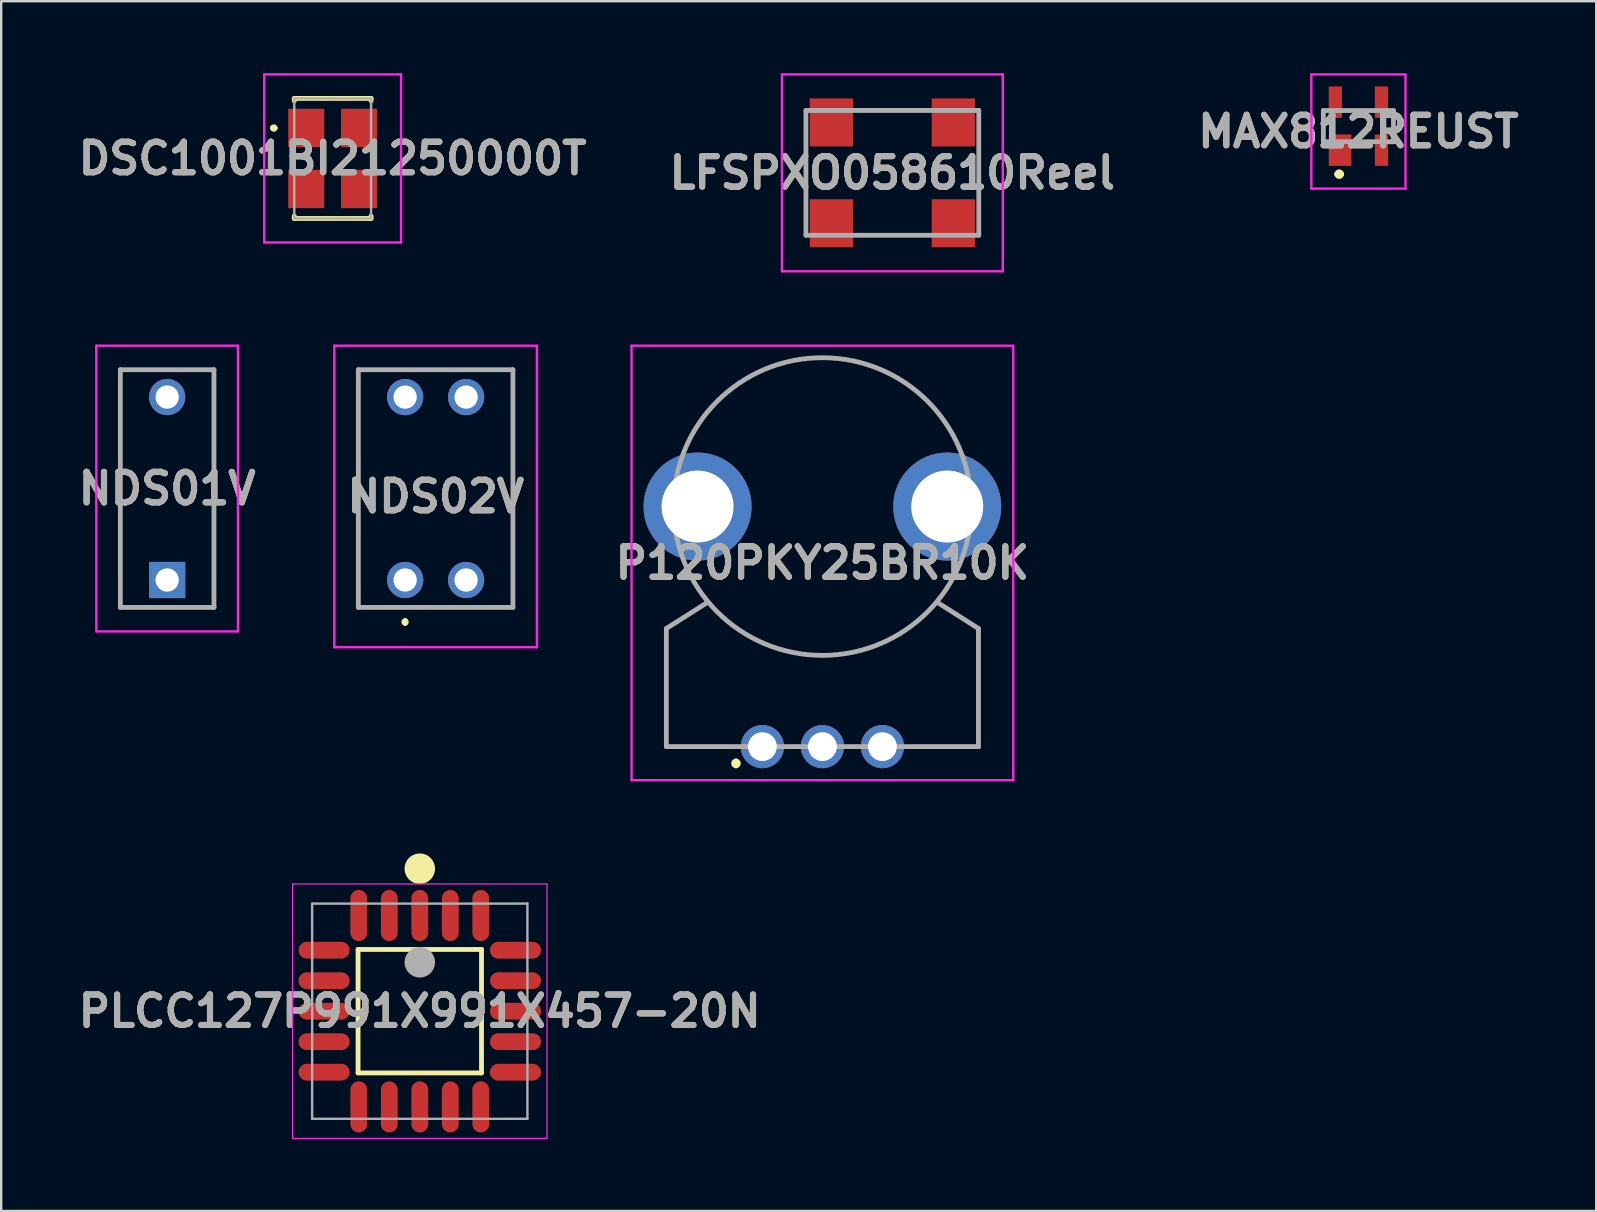
<source format=kicad_pcb>
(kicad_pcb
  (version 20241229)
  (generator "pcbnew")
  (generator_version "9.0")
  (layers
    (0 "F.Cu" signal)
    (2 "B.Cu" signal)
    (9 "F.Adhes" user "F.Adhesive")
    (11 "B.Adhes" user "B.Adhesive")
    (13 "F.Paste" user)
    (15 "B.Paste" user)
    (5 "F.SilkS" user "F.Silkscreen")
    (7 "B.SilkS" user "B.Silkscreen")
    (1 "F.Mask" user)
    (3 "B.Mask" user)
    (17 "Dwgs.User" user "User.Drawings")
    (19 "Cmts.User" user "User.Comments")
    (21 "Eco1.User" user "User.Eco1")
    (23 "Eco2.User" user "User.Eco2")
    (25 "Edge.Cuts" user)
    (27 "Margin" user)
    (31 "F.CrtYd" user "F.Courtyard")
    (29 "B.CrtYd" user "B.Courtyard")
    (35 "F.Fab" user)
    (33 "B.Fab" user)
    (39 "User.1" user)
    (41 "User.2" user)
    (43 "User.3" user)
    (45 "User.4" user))
  (footprint "PLCC127P991X991X457-20N"
    (layer "F.Cu")
    (at 14.436 39.071)
    (property "Reference" "PLCC127P991X991X457-20N" (at 0 0 0) (layer "F.SilkS") (effects (font (size 1.27 1.27) (thickness 0.254))))
    (attr smd)
    (fp_line (start -2.571 -2.571) (end 2.571 -2.571) (stroke (width 0.2) (type solid)) (layer "F.SilkS"))
    (fp_line (start -2.571 2.571) (end -2.571 -2.571) (stroke (width 0.2) (type solid)) (layer "F.SilkS"))
    (fp_line (start 2.571 -2.571) (end 2.571 2.571) (stroke (width 0.2) (type solid)) (layer "F.SilkS"))
    (fp_line (start 2.571 2.571) (end -2.571 2.571) (stroke (width 0.2) (type solid)) (layer "F.SilkS"))
    (fp_circle (center 0 -5.936) (end 0 -5.618) (stroke (width 0.635) (type solid)) (fill no) (layer "F.SilkS"))
    (fp_line (start -5.3 -5.3) (end 5.3 -5.3) (stroke (width 0.05) (type solid)) (layer "F.CrtYd"))
    (fp_line (start -5.3 5.3) (end -5.3 -5.3) (stroke (width 0.05) (type solid)) (layer "F.CrtYd"))
    (fp_line (start 5.3 -5.3) (end 5.3 5.3) (stroke (width 0.05) (type solid)) (layer "F.CrtYd"))
    (fp_line (start 5.3 5.3) (end -5.3 5.3) (stroke (width 0.05) (type solid)) (layer "F.CrtYd"))
    (fp_line (start -4.483 -4.483) (end 4.483 -4.483) (stroke (width 0.1) (type solid)) (layer "F.Fab"))
    (fp_line (start -4.483 4.483) (end -4.483 -4.483) (stroke (width 0.1) (type solid)) (layer "F.Fab"))
    (fp_line (start 4.483 -4.483) (end 4.483 4.483) (stroke (width 0.1) (type solid)) (layer "F.Fab"))
    (fp_line (start 4.483 4.483) (end -4.483 4.483) (stroke (width 0.1) (type solid)) (layer "F.Fab"))
    (fp_circle (center 0 -2.037) (end 0 -1.719) (stroke (width 0.635) (type solid)) (fill no) (layer "F.Fab"))
    (fp_text user "${REFERENCE}" (at 0 0 0) (layer "F.Fab") (effects (font (size 1.27 1.27) (thickness 0.254))))
    (pad "1" smd oval (at 0 -3.986) (size 0.7 2.129) (layers "F.Cu" "F.Mask" "F.Paste"))
    (pad "2" smd oval (at -1.27 -3.986) (size 0.7 2.129) (layers "F.Cu" "F.Mask" "F.Paste"))
    (pad "3" smd oval (at -2.54 -3.986) (size 0.7 2.129) (layers "F.Cu" "F.Mask" "F.Paste"))
    (pad "4" smd oval (at -3.986 -2.54 90) (size 0.7 2.129) (layers "F.Cu" "F.Mask" "F.Paste"))
    (pad "5" smd oval (at -3.986 -1.27 90) (size 0.7 2.129) (layers "F.Cu" "F.Mask" "F.Paste"))
    (pad "6" smd oval (at -3.986 0 90) (size 0.7 2.129) (layers "F.Cu" "F.Mask" "F.Paste"))
    (pad "7" smd oval (at -3.986 1.27 90) (size 0.7 2.129) (layers "F.Cu" "F.Mask" "F.Paste"))
    (pad "8" smd oval (at -3.986 2.54 90) (size 0.7 2.129) (layers "F.Cu" "F.Mask" "F.Paste"))
    (pad "9" smd oval (at -2.54 3.986) (size 0.7 2.129) (layers "F.Cu" "F.Mask" "F.Paste"))
    (pad "10" smd oval (at -1.27 3.986) (size 0.7 2.129) (layers "F.Cu" "F.Mask" "F.Paste"))
    (pad "11" smd oval (at 0 3.986) (size 0.7 2.129) (layers "F.Cu" "F.Mask" "F.Paste"))
    (pad "12" smd oval (at 1.27 3.986) (size 0.7 2.129) (layers "F.Cu" "F.Mask" "F.Paste"))
    (pad "13" smd oval (at 2.54 3.986) (size 0.7 2.129) (layers "F.Cu" "F.Mask" "F.Paste"))
    (pad "14" smd oval (at 3.986 2.54 90) (size 0.7 2.129) (layers "F.Cu" "F.Mask" "F.Paste"))
    (pad "15" smd oval (at 3.986 1.27 90) (size 0.7 2.129) (layers "F.Cu" "F.Mask" "F.Paste"))
    (pad "16" smd oval (at 3.986 0 90) (size 0.7 2.129) (layers "F.Cu" "F.Mask" "F.Paste"))
    (pad "17" smd oval (at 3.986 -1.27 90) (size 0.7 2.129) (layers "F.Cu" "F.Mask" "F.Paste"))
    (pad "18" smd oval (at 3.986 -2.54 90) (size 0.7 2.129) (layers "F.Cu" "F.Mask" "F.Paste"))
    (pad "19" smd oval (at 2.54 -3.986) (size 0.7 2.129) (layers "F.Cu" "F.Mask" "F.Paste"))
    (pad "20" smd oval (at 1.27 -3.986) (size 0.7 2.129) (layers "F.Cu" "F.Mask" "F.Paste")))
  (footprint "NDS02V"
    (layer "F.Cu")
    (at 13.826 21.11)
    (property "Reference" "NDS02V" (at 1.27 -3.48 0) (layer "F.SilkS") (effects (font (size 1.27 1.27) (thickness 0.254))))
    (attr through_hole)
    (fp_line (start -1.95 -8.76) (end -1.95 -8.76) (stroke (width 0.1) (type solid)) (layer "F.SilkS"))
    (fp_line (start -1.95 -8.76) (end -1.95 -8.76) (stroke (width 0.1) (type solid)) (layer "F.SilkS"))
    (fp_line (start -1.95 -8.76) (end -1.95 1.14) (stroke (width 0.1) (type solid)) (layer "F.SilkS"))
    (fp_line (start -1.95 -8.76) (end -1.48 -8.76) (stroke (width 0.1) (type solid)) (layer "F.SilkS"))
    (fp_line (start -1.95 1.14) (end -1.95 -8.76) (stroke (width 0.1) (type solid)) (layer "F.SilkS"))
    (fp_line (start -1.95 1.14) (end -1.95 1.14) (stroke (width 0.1) (type solid)) (layer "F.SilkS"))
    (fp_line (start -1.95 1.14) (end -1.95 1.14) (stroke (width 0.1) (type solid)) (layer "F.SilkS"))
    (fp_line (start -1.95 1.14) (end -1.48 1.14) (stroke (width 0.1) (type solid)) (layer "F.SilkS"))
    (fp_line (start -1.48 -8.76) (end -1.95 -8.76) (stroke (width 0.1) (type solid)) (layer "F.SilkS"))
    (fp_line (start -1.48 -8.76) (end -1.48 -8.76) (stroke (width 0.1) (type solid)) (layer "F.SilkS"))
    (fp_line (start -1.48 1.14) (end -1.95 1.14) (stroke (width 0.1) (type solid)) (layer "F.SilkS"))
    (fp_line (start -1.48 1.14) (end -1.48 1.14) (stroke (width 0.1) (type solid)) (layer "F.SilkS"))
    (fp_line (start 0 1.7) (end 0 1.7) (stroke (width 0.2) (type solid)) (layer "F.SilkS"))
    (fp_line (start 0 1.7) (end 0 1.7) (stroke (width 0.2) (type solid)) (layer "F.SilkS"))
    (fp_line (start 0 1.8) (end 0 1.8) (stroke (width 0.2) (type solid)) (layer "F.SilkS"))
    (fp_line (start 4.02 -8.76) (end 4.02 -8.76) (stroke (width 0.1) (type solid)) (layer "F.SilkS"))
    (fp_line (start 4.02 -8.76) (end 4.49 -8.76) (stroke (width 0.1) (type solid)) (layer "F.SilkS"))
    (fp_line (start 4.02 1.14) (end 4.02 1.14) (stroke (width 0.1) (type solid)) (layer "F.SilkS"))
    (fp_line (start 4.02 1.14) (end 4.49 1.14) (stroke (width 0.1) (type solid)) (layer "F.SilkS"))
    (fp_line (start 4.49 -8.76) (end 4.02 -8.76) (stroke (width 0.1) (type solid)) (layer "F.SilkS"))
    (fp_line (start 4.49 -8.76) (end 4.49 -8.76) (stroke (width 0.1) (type solid)) (layer "F.SilkS"))
    (fp_line (start 4.49 -8.76) (end 4.49 -8.76) (stroke (width 0.1) (type solid)) (layer "F.SilkS"))
    (fp_line (start 4.49 -8.76) (end 4.49 1.14) (stroke (width 0.1) (type solid)) (layer "F.SilkS"))
    (fp_line (start 4.49 1.14) (end 4.02 1.14) (stroke (width 0.1) (type solid)) (layer "F.SilkS"))
    (fp_line (start 4.49 1.14) (end 4.49 -8.76) (stroke (width 0.1) (type solid)) (layer "F.SilkS"))
    (fp_line (start 4.49 1.14) (end 4.49 1.14) (stroke (width 0.1) (type solid)) (layer "F.SilkS"))
    (fp_line (start 4.49 1.14) (end 4.49 1.14) (stroke (width 0.1) (type solid)) (layer "F.SilkS"))
    (fp_arc (start 0 1.7) (mid 0.05 1.75) (end 0 1.8) (stroke (width 0.2) (type solid)) (layer "F.SilkS"))
    (fp_arc (start 0 1.8) (mid -0.05 1.75) (end 0 1.7) (stroke (width 0.2) (type solid)) (layer "F.SilkS"))
    (fp_arc (start 0 1.8) (mid -0.05 1.75) (end 0 1.7) (stroke (width 0.2) (type solid)) (layer "F.SilkS"))
    (fp_line (start -2.95 -9.76) (end 5.49 -9.76) (stroke (width 0.1) (type solid)) (layer "F.CrtYd"))
    (fp_line (start -2.95 2.8) (end -2.95 -9.76) (stroke (width 0.1) (type solid)) (layer "F.CrtYd"))
    (fp_line (start 5.49 -9.76) (end 5.49 2.8) (stroke (width 0.1) (type solid)) (layer "F.CrtYd"))
    (fp_line (start 5.49 2.8) (end -2.95 2.8) (stroke (width 0.1) (type solid)) (layer "F.CrtYd"))
    (fp_line (start -1.95 -8.76) (end -1.95 1.14) (stroke (width 0.2) (type solid)) (layer "F.Fab"))
    (fp_line (start -1.95 1.14) (end 4.49 1.14) (stroke (width 0.2) (type solid)) (layer "F.Fab"))
    (fp_line (start 4.49 -8.76) (end -1.95 -8.76) (stroke (width 0.2) (type solid)) (layer "F.Fab"))
    (fp_line (start 4.49 1.14) (end 4.49 -8.76) (stroke (width 0.2) (type solid)) (layer "F.Fab"))
    (fp_text user "${REFERENCE}" (at 1.27 -3.48 0) (layer "F.Fab") (effects (font (size 1.27 1.27) (thickness 0.254))))
    (pad "1" thru_hole circle (at 0 0) (size 1.509 1.509) (drill 0.97) (layers "*.Cu" "*.Mask"))
    (pad "2" thru_hole circle (at 2.54 0) (size 1.509 1.509) (drill 0.97) (layers "*.Cu" "*.Mask"))
    (pad "3" thru_hole circle (at 2.54 -7.62) (size 1.509 1.509) (drill 0.97) (layers "*.Cu" "*.Mask"))
    (pad "4" thru_hole circle (at 0 -7.62) (size 1.509 1.509) (drill 0.97) (layers "*.Cu" "*.Mask")))
  (footprint "P120PKY25BR10K"
    (layer "F.Cu")
    (at 28.707 28.05)
    (property "Reference" "P120PKY25BR10K" (at 2.5 -7.65 0) (layer "F.SilkS") (effects (font (size 1.27 1.27) (thickness 0.254))))
    (attr through_hole)
    (fp_line (start -4 -4.92) (end -4 0) (stroke (width 0.1) (type solid)) (layer "F.SilkS"))
    (fp_line (start -4 0) (end -1.5 0) (stroke (width 0.1) (type solid)) (layer "F.SilkS"))
    (fp_line (start -1.1 0.6) (end -1.1 0.6) (stroke (width 0.2) (type solid)) (layer "F.SilkS"))
    (fp_line (start -1.1 0.8) (end -1.1 0.8) (stroke (width 0.2) (type solid)) (layer "F.SilkS"))
    (fp_line (start 2.3 -16.2) (end 2.7 -16.2) (stroke (width 0.1) (type solid)) (layer "F.SilkS"))
    (fp_line (start 6.5 0) (end 9 0) (stroke (width 0.1) (type solid)) (layer "F.SilkS"))
    (fp_line (start 9 0) (end 9 -4.92) (stroke (width 0.1) (type solid)) (layer "F.SilkS"))
    (fp_arc (start -1.1 0.6) (mid -1 0.7) (end -1.1 0.8) (stroke (width 0.2) (type solid)) (layer "F.SilkS"))
    (fp_arc (start -1.1 0.8) (mid -1.2 0.7) (end -1.1 0.6) (stroke (width 0.2) (type solid)) (layer "F.SilkS"))
    (fp_line (start -5.45 -16.7) (end 10.45 -16.7) (stroke (width 0.1) (type solid)) (layer "F.CrtYd"))
    (fp_line (start -5.45 1.4) (end -5.45 -16.7) (stroke (width 0.1) (type solid)) (layer "F.CrtYd"))
    (fp_line (start 10.45 -16.7) (end 10.45 1.4) (stroke (width 0.1) (type solid)) (layer "F.CrtYd"))
    (fp_line (start 10.45 1.4) (end -5.45 1.4) (stroke (width 0.1) (type solid)) (layer "F.CrtYd"))
    (fp_line (start -4 -4.92) (end -4 0) (stroke (width 0.2) (type solid)) (layer "F.Fab"))
    (fp_line (start -4 -4.92) (end -2.3 -6) (stroke (width 0.2) (type solid)) (layer "F.Fab"))
    (fp_line (start -4 0) (end 9 0) (stroke (width 0.2) (type solid)) (layer "F.Fab"))
    (fp_line (start -3.7 -10) (end -3.7 -10) (stroke (width 0.2) (type solid)) (layer "F.Fab"))
    (fp_line (start 8.7 -10) (end 8.7 -10) (stroke (width 0.2) (type solid)) (layer "F.Fab"))
    (fp_line (start 9 -4.92) (end 7.3 -6) (stroke (width 0.2) (type solid)) (layer "F.Fab"))
    (fp_line (start 9 0) (end 9 -4.92) (stroke (width 0.2) (type solid)) (layer "F.Fab"))
    (fp_arc (start -3.7 -10) (mid 2.5 -16.2) (end 8.7 -10) (stroke (width 0.2) (type solid)) (layer "F.Fab"))
    (fp_arc (start 8.7 -10) (mid 2.5 -3.8) (end -3.7 -10) (stroke (width 0.2) (type solid)) (layer "F.Fab"))
    (fp_text user "${REFERENCE}" (at 2.5 -7.65 0) (layer "F.Fab") (effects (font (size 1.27 1.27) (thickness 0.254))))
    (pad "1" thru_hole circle (at 0 0) (size 1.8 1.8) (drill 1.2) (layers "*.Cu" "*.Mask"))
    (pad "2" thru_hole circle (at 2.5 0) (size 1.8 1.8) (drill 1.2) (layers "*.Cu" "*.Mask"))
    (pad "3" thru_hole circle (at 5 0) (size 1.8 1.8) (drill 1.2) (layers "*.Cu" "*.Mask"))
    (pad "MH1" thru_hole circle (at -2.7 -10) (size 4.5 4.5) (drill 3) (layers "*.Cu" "*.Mask"))
    (pad "MH2" thru_hole circle (at 7.7 -10) (size 4.5 4.5) (drill 3) (layers "*.Cu" "*.Mask")))
  (footprint "MAX812REUST"
    (layer "F.Cu")
    (at 53.534 2.205)
    (property "Reference" "MAX812REUST" (at 0 0.223 0) (layer "F.SilkS") (effects (font (size 1.27 1.27) (thickness 0.254))))
    (attr smd)
    (fp_line (start -1.46 -0.65) (end -1.46 0.65) (stroke (width 0.1) (type solid)) (layer "F.SilkS"))
    (fp_line (start -0.9 2) (end -0.9 2) (stroke (width 0.2) (type solid)) (layer "F.SilkS"))
    (fp_line (start -0.7 2) (end -0.7 2) (stroke (width 0.2) (type solid)) (layer "F.SilkS"))
    (fp_line (start 1.46 -0.65) (end 1.46 0.65) (stroke (width 0.1) (type solid)) (layer "F.SilkS"))
    (fp_arc (start -0.9 2) (mid -0.8 1.9) (end -0.7 2) (stroke (width 0.2) (type solid)) (layer "F.SilkS"))
    (fp_arc (start -0.7 2) (mid -0.8 2.1) (end -0.9 2) (stroke (width 0.2) (type solid)) (layer "F.SilkS"))
    (fp_line (start -1.96 -2.155) (end 1.96 -2.155) (stroke (width 0.1) (type solid)) (layer "F.CrtYd"))
    (fp_line (start -1.96 2.6) (end -1.96 -2.155) (stroke (width 0.1) (type solid)) (layer "F.CrtYd"))
    (fp_line (start 1.96 -2.155) (end 1.96 2.6) (stroke (width 0.1) (type solid)) (layer "F.CrtYd"))
    (fp_line (start 1.96 2.6) (end -1.96 2.6) (stroke (width 0.1) (type solid)) (layer "F.CrtYd"))
    (fp_line (start -1.46 -0.65) (end 1.46 -0.65) (stroke (width 0.2) (type solid)) (layer "F.Fab"))
    (fp_line (start -1.46 0.65) (end -1.46 -0.65) (stroke (width 0.2) (type solid)) (layer "F.Fab"))
    (fp_line (start 1.46 -0.65) (end 1.46 0.65) (stroke (width 0.2) (type solid)) (layer "F.Fab"))
    (fp_line (start 1.46 0.65) (end -1.46 0.65) (stroke (width 0.2) (type solid)) (layer "F.Fab"))
    (fp_text user "${REFERENCE}" (at 0 0.223 0) (layer "F.Fab") (effects (font (size 1.27 1.27) (thickness 0.254))))
    (pad "1" smd rect (at -0.765 1) (size 0.94 1.31) (layers "F.Cu" "F.Mask" "F.Paste"))
    (pad "2" smd rect (at 0.96 1) (size 0.55 1.31) (layers "F.Cu" "F.Mask" "F.Paste"))
    (pad "3" smd rect (at 0.96 -1) (size 0.55 1.31) (layers "F.Cu" "F.Mask" "F.Paste"))
    (pad "4" smd rect (at -0.96 -1) (size 0.55 1.31) (layers "F.Cu" "F.Mask" "F.Paste")))
  (footprint "DSC1001BI21250000T"
    (layer "F.Cu")
    (at 10.807 3.55)
    (property "Reference" "DSC1001BI21250000T" (at 0 0 0) (layer "F.SilkS") (effects (font (size 1.27 1.27) (thickness 0.254))))
    (attr smd)
    (fp_line (start -2.5 -1.27) (end -2.5 -1.27) (stroke (width 0.2) (type solid)) (layer "F.SilkS"))
    (fp_line (start -2.5 -1.27) (end -2.5 -1.27) (stroke (width 0.2) (type solid)) (layer "F.SilkS"))
    (fp_line (start -2.4 -1.27) (end -2.4 -1.27) (stroke (width 0.2) (type solid)) (layer "F.SilkS"))
    (fp_line (start -1.6 -2.5) (end 1.6 -2.5) (stroke (width 0.2) (type solid)) (layer "F.SilkS"))
    (fp_line (start -1.6 -2.4) (end -1.6 -2.5) (stroke (width 0.2) (type solid)) (layer "F.SilkS"))
    (fp_line (start -1.6 2.4) (end -1.6 2.5) (stroke (width 0.2) (type solid)) (layer "F.SilkS"))
    (fp_line (start -1.6 2.5) (end 1.6 2.5) (stroke (width 0.2) (type solid)) (layer "F.SilkS"))
    (fp_line (start 1.6 -2.5) (end 1.6 -2.4) (stroke (width 0.2) (type solid)) (layer "F.SilkS"))
    (fp_line (start 1.6 2.5) (end 1.6 2.4) (stroke (width 0.2) (type solid)) (layer "F.SilkS"))
    (fp_arc (start -2.5 -1.27) (mid -2.45 -1.32) (end -2.4 -1.27) (stroke (width 0.2) (type solid)) (layer "F.SilkS"))
    (fp_arc (start -2.4 -1.27) (mid -2.45 -1.22) (end -2.5 -1.27) (stroke (width 0.2) (type solid)) (layer "F.SilkS"))
    (fp_arc (start -2.4 -1.27) (mid -2.45 -1.22) (end -2.5 -1.27) (stroke (width 0.2) (type solid)) (layer "F.SilkS"))
    (fp_line (start -2.85 -3.5) (end 2.85 -3.5) (stroke (width 0.1) (type solid)) (layer "F.CrtYd"))
    (fp_line (start -2.85 3.5) (end -2.85 -3.5) (stroke (width 0.1) (type solid)) (layer "F.CrtYd"))
    (fp_line (start 2.85 -3.5) (end 2.85 3.5) (stroke (width 0.1) (type solid)) (layer "F.CrtYd"))
    (fp_line (start 2.85 3.5) (end -2.85 3.5) (stroke (width 0.1) (type solid)) (layer "F.CrtYd"))
    (fp_line (start -1.6 -2.5) (end -1.6 2.5) (stroke (width 0.1) (type solid)) (layer "F.Fab"))
    (fp_line (start -1.6 2.5) (end 1.6 2.5) (stroke (width 0.1) (type solid)) (layer "F.Fab"))
    (fp_line (start 1.6 -2.5) (end -1.6 -2.5) (stroke (width 0.1) (type solid)) (layer "F.Fab"))
    (fp_line (start 1.6 2.5) (end 1.6 -2.5) (stroke (width 0.1) (type solid)) (layer "F.Fab"))
    (fp_text user "${REFERENCE}" (at 0 0 0) (layer "F.Fab") (effects (font (size 1.27 1.27) (thickness 0.254))))
    (pad "1" smd rect (at -1.1 -1.27) (size 1.5 1.6) (layers "F.Cu" "F.Mask" "F.Paste"))
    (pad "2" smd rect (at -1.1 1.27) (size 1.5 1.6) (layers "F.Cu" "F.Mask" "F.Paste"))
    (pad "3" smd rect (at 1.1 1.27) (size 1.5 1.6) (layers "F.Cu" "F.Mask" "F.Paste"))
    (pad "4" smd rect (at 1.1 -1.27) (size 1.5 1.6) (layers "F.Cu" "F.Mask" "F.Paste")))
  (footprint "LFSPXO058610Reel"
    (layer "F.Cu")
    (at 34.121 4.15)
    (property "Reference" "LFSPXO058610Reel" (at 0 0 0) (layer "F.SilkS") (effects (font (size 1.27 1.27) (thickness 0.254))))
    (attr smd)
    (fp_line (start -1.4 -2.6) (end 1.4 -2.6) (stroke (width 0.1) (type solid)) (layer "F.SilkS"))
    (fp_line (start -1.4 2.6) (end 1.4 2.6) (stroke (width 0.1) (type solid)) (layer "F.SilkS"))
    (fp_line (start -4.6 -4.1) (end 4.6 -4.1) (stroke (width 0.1) (type solid)) (layer "F.CrtYd"))
    (fp_line (start -4.6 4.1) (end -4.6 -4.1) (stroke (width 0.1) (type solid)) (layer "F.CrtYd"))
    (fp_line (start 4.6 -4.1) (end 4.6 4.1) (stroke (width 0.1) (type solid)) (layer "F.CrtYd"))
    (fp_line (start 4.6 4.1) (end -4.6 4.1) (stroke (width 0.1) (type solid)) (layer "F.CrtYd"))
    (fp_line (start -3.6 -2.6) (end 3.6 -2.6) (stroke (width 0.2) (type solid)) (layer "F.Fab"))
    (fp_line (start -3.6 2.6) (end -3.6 -2.6) (stroke (width 0.2) (type solid)) (layer "F.Fab"))
    (fp_line (start 3.6 -2.6) (end 3.6 2.6) (stroke (width 0.2) (type solid)) (layer "F.Fab"))
    (fp_line (start 3.6 2.6) (end -3.6 2.6) (stroke (width 0.2) (type solid)) (layer "F.Fab"))
    (fp_text user "${REFERENCE}" (at 0 0 0) (layer "F.Fab") (effects (font (size 1.27 1.27) (thickness 0.254))))
    (pad "1" smd rect (at -2.54 2.1) (size 1.8 2) (layers "F.Cu" "F.Mask" "F.Paste"))
    (pad "2" smd rect (at 2.54 2.1) (size 1.8 2) (layers "F.Cu" "F.Mask" "F.Paste"))
    (pad "3" smd rect (at 2.54 -2.1) (size 1.8 2) (layers "F.Cu" "F.Mask" "F.Paste"))
    (pad "4" smd rect (at -2.54 -2.1) (size 1.8 2) (layers "F.Cu" "F.Mask" "F.Paste")))
  (footprint "NDS01V"
    (layer "F.Cu")
    (at 3.913 21.11)
    (property "Reference" "NDS01V" (at 0 -3.81 0) (layer "F.SilkS") (effects (font (size 1.27 1.27) (thickness 0.254))))
    (attr through_hole)
    (fp_line (start -1.95 -8.76) (end 1.95 -8.76) (stroke (width 0.1) (type solid)) (layer "F.SilkS"))
    (fp_line (start -1.95 1.14) (end -1.95 -8.76) (stroke (width 0.1) (type solid)) (layer "F.SilkS"))
    (fp_line (start 1.95 -8.76) (end 1.95 1.14) (stroke (width 0.1) (type solid)) (layer "F.SilkS"))
    (fp_line (start 1.95 1.14) (end -1.95 1.14) (stroke (width 0.1) (type solid)) (layer "F.SilkS"))
    (fp_line (start -2.95 -9.76) (end 2.95 -9.76) (stroke (width 0.1) (type solid)) (layer "F.CrtYd"))
    (fp_line (start -2.95 2.14) (end -2.95 -9.76) (stroke (width 0.1) (type solid)) (layer "F.CrtYd"))
    (fp_line (start 2.95 -9.76) (end 2.95 2.14) (stroke (width 0.1) (type solid)) (layer "F.CrtYd"))
    (fp_line (start 2.95 2.14) (end -2.95 2.14) (stroke (width 0.1) (type solid)) (layer "F.CrtYd"))
    (fp_line (start -1.95 -8.76) (end 1.95 -8.76) (stroke (width 0.2) (type solid)) (layer "F.Fab"))
    (fp_line (start -1.95 1.14) (end -1.95 -8.76) (stroke (width 0.2) (type solid)) (layer "F.Fab"))
    (fp_line (start 1.95 -8.76) (end 1.95 1.14) (stroke (width 0.2) (type solid)) (layer "F.Fab"))
    (fp_line (start 1.95 1.14) (end -1.95 1.14) (stroke (width 0.2) (type solid)) (layer "F.Fab"))
    (fp_text user "${REFERENCE}" (at 0 -3.81 0) (layer "F.Fab") (effects (font (size 1.27 1.27) (thickness 0.254))))
    (pad "1" thru_hole rect (at 0 0) (size 1.509 1.509) (drill 0.97) (layers "*.Cu" "*.Mask"))
    (pad "2" thru_hole circle (at 0 -7.62) (size 1.509 1.509) (drill 0.97) (layers "*.Cu" "*.Mask")))
  (gr_rect
    (start -3 -3)
    (end 63.441 47.395)
    (stroke (width 0.1) (type default))
    (fill no)
    (layer "Edge.Cuts")))
</source>
